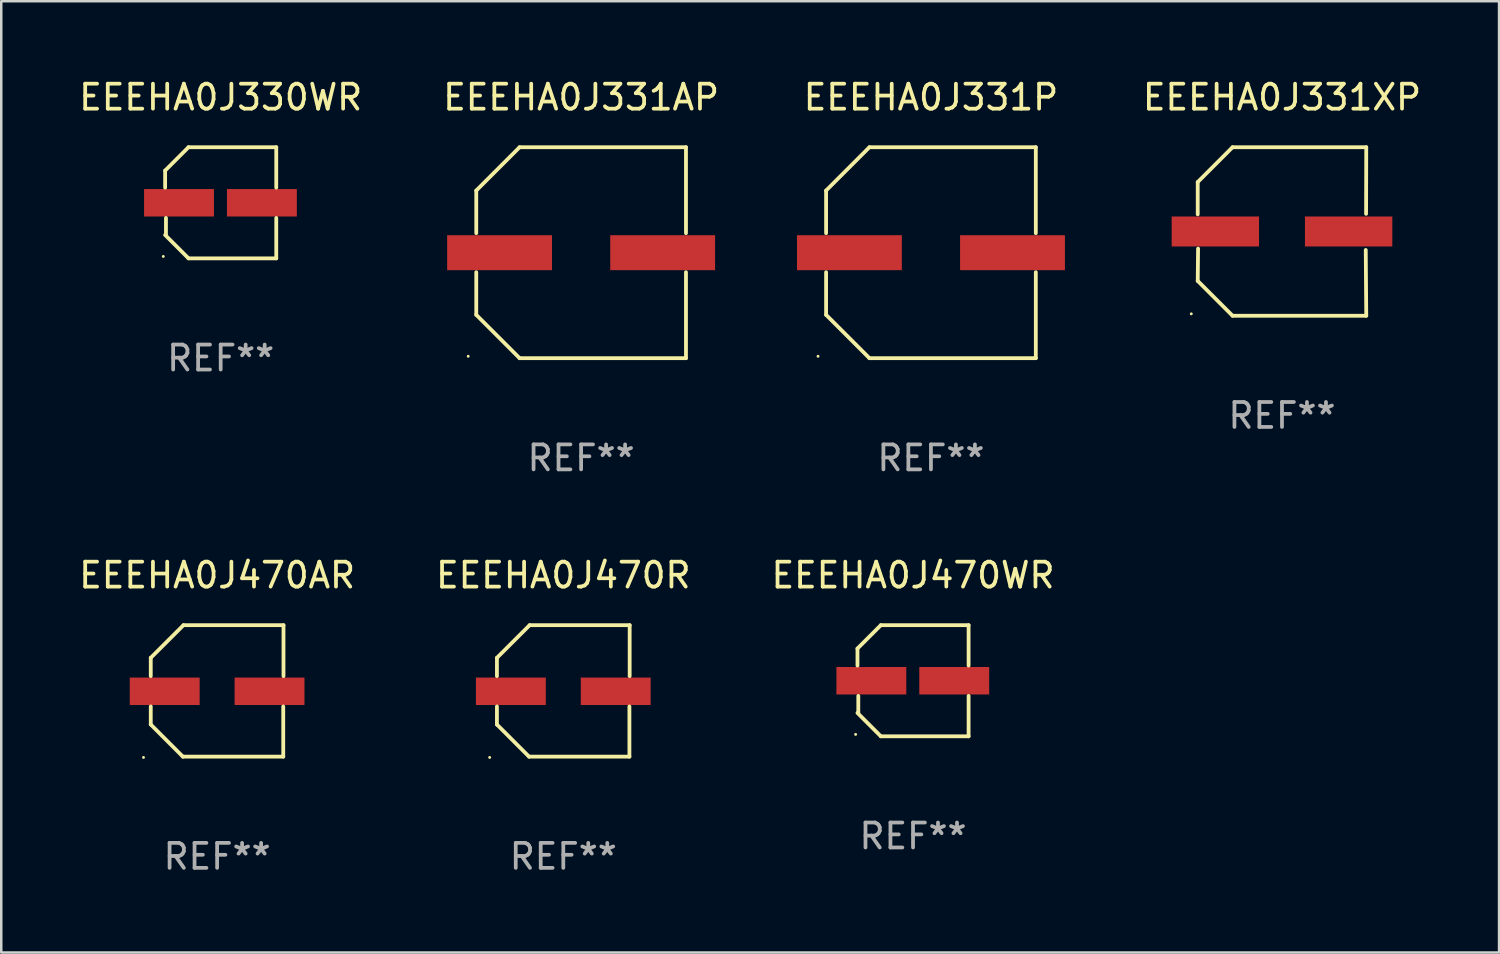
<source format=kicad_pcb>
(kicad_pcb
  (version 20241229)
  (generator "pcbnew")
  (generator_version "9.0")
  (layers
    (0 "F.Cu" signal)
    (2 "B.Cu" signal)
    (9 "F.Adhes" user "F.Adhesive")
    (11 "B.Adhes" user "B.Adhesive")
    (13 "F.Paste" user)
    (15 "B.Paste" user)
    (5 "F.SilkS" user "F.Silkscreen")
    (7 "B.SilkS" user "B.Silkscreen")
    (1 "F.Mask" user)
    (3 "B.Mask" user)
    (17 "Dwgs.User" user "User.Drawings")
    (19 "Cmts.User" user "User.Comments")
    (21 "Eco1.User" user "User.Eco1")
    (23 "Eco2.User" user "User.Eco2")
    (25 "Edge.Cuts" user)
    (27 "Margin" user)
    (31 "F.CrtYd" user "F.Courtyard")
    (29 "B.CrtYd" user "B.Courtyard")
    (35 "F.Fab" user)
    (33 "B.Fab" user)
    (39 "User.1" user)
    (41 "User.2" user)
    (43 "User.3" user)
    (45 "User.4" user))
  (footprint "EEEHA0J470R"
    (layer "F.Cu")
    (at 19.518 24.631)
    (property "Reference" "EEEHA0J470R" (at 0 -4.634 0) (layer "F.SilkS") (effects (font (size 1 1) (thickness 0.15))))
    (attr through_hole)
    (fp_line (start -2.659 -1.326) (end -2.659 -0.592) (stroke (width 0.152) (type solid)) (layer "F.SilkS"))
    (fp_line (start -2.659 1.346) (end -2.659 0.622) (stroke (width 0.152) (type solid)) (layer "F.SilkS"))
    (fp_line (start -1.372 2.634) (end -2.659 1.346) (stroke (width 0.152) (type solid)) (layer "F.SilkS"))
    (fp_line (start -1.349 -2.634) (end -2.659 -1.326) (stroke (width 0.152) (type solid)) (layer "F.SilkS"))
    (fp_line (start 2.649 0.622) (end 2.649 2.634) (stroke (width 0.152) (type solid)) (layer "F.SilkS"))
    (fp_line (start 2.649 2.634) (end -1.372 2.634) (stroke (width 0.152) (type solid)) (layer "F.SilkS"))
    (fp_line (start 2.659 -2.634) (end -1.349 -2.634) (stroke (width 0.152) (type solid)) (layer "F.SilkS"))
    (fp_line (start 2.659 -0.592) (end 2.659 -2.634) (stroke (width 0.152) (type solid)) (layer "F.SilkS"))
    (fp_circle (center -2.95 2.665) (end -2.92 2.665) (stroke (width 0.06) (type solid)) (fill no) (layer "F.SilkS"))
    (fp_text user "REF**" (at 0 6.634 0) (layer "F.Fab") (effects (font (size 1 1) (thickness 0.15))))
    (pad "1" smd rect (at -2.1 0.015) (size 2.8 1.1) (layers "F.Cu" "F.Mask" "F.Paste"))
    (pad "2" smd rect (at 2.1 0.015) (size 2.8 1.1) (layers "F.Cu" "F.Mask" "F.Paste")))
  (footprint "EEEHA0J331P"
    (layer "F.Cu")
    (at 34.248 7.074)
    (property "Reference" "EEEHA0J331P" (at 0 -6.226 0) (layer "F.SilkS") (effects (font (size 1 1) (thickness 0.15))))
    (attr through_hole)
    (fp_line (start -4.201 -2.49) (end -4.201 -0.782) (stroke (width 0.152) (type solid)) (layer "F.SilkS"))
    (fp_line (start -4.201 2.49) (end -4.201 0.782) (stroke (width 0.152) (type solid)) (layer "F.SilkS"))
    (fp_line (start -2.465 -4.226) (end -4.201 -2.49) (stroke (width 0.152) (type solid)) (layer "F.SilkS"))
    (fp_line (start -2.465 4.226) (end -4.201 2.49) (stroke (width 0.152) (type solid)) (layer "F.SilkS"))
    (fp_line (start 4.201 -4.226) (end -2.465 -4.226) (stroke (width 0.152) (type solid)) (layer "F.SilkS"))
    (fp_line (start 4.201 -0.782) (end 4.201 -4.226) (stroke (width 0.152) (type solid)) (layer "F.SilkS"))
    (fp_line (start 4.201 0.782) (end 4.201 4.226) (stroke (width 0.152) (type solid)) (layer "F.SilkS"))
    (fp_line (start 4.201 4.226) (end -2.465 4.226) (stroke (width 0.152) (type solid)) (layer "F.SilkS"))
    (fp_circle (center -4.524 4.15) (end -4.494 4.15) (stroke (width 0.06) (type solid)) (fill no) (layer "F.SilkS"))
    (fp_text user "REF**" (at 0 8.226 0) (layer "F.Fab") (effects (font (size 1 1) (thickness 0.15))))
    (pad "1" smd rect (at -3.267 0) (size 4.2 1.4) (layers "F.Cu" "F.Mask" "F.Paste"))
    (pad "2" smd rect (at 3.267 0) (size 4.2 1.4) (layers "F.Cu" "F.Mask" "F.Paste")))
  (footprint "EEEHA0J331XP"
    (layer "F.Cu")
    (at 48.312 6.224)
    (property "Reference" "EEEHA0J331XP" (at 0 -5.376 0) (layer "F.SilkS") (effects (font (size 1 1) (thickness 0.15))))
    (attr through_hole)
    (fp_line (start -3.376 -1.98) (end -3.376 -0.686) (stroke (width 0.152) (type solid)) (layer "F.SilkS"))
    (fp_line (start -3.376 1.981) (end -3.362 0.686) (stroke (width 0.152) (type solid)) (layer "F.SilkS"))
    (fp_line (start -1.981 3.376) (end -3.376 1.981) (stroke (width 0.152) (type solid)) (layer "F.SilkS"))
    (fp_line (start -1.98 -3.376) (end -3.376 -1.98) (stroke (width 0.152) (type solid)) (layer "F.SilkS"))
    (fp_line (start 3.356 0.74) (end 3.376 3.376) (stroke (width 0.152) (type solid)) (layer "F.SilkS"))
    (fp_line (start 3.369 -0.707) (end 3.376 -3.376) (stroke (width 0.152) (type solid)) (layer "F.SilkS"))
    (fp_line (start 3.376 3.376) (end -1.981 3.376) (stroke (width 0.152) (type solid)) (layer "F.SilkS"))
    (fp_line (start 3.376 -3.376) (end -1.98 -3.376) (stroke (width 0.152) (type solid)) (layer "F.SilkS"))
    (fp_circle (center -3.634 3.3) (end -3.604 3.3) (stroke (width 0.06) (type solid)) (fill no) (layer "F.SilkS"))
    (fp_text user "REF**" (at 0 7.376 0) (layer "F.Fab") (effects (font (size 1 1) (thickness 0.15))))
    (pad "1" smd rect (at -2.67 0.000254) (size 3.5 1.2) (layers "F.Cu" "F.Mask" "F.Paste"))
    (pad "2" smd rect (at 2.67 0.000254) (size 3.5 1.2) (layers "F.Cu" "F.Mask" "F.Paste")))
  (footprint "EEEHA0J331AP"
    (layer "F.Cu")
    (at 20.232 7.074)
    (property "Reference" "EEEHA0J331AP" (at 0 -6.226 0) (layer "F.SilkS") (effects (font (size 1 1) (thickness 0.15))))
    (attr through_hole)
    (fp_line (start -4.201 -2.49) (end -4.201 -0.782) (stroke (width 0.152) (type solid)) (layer "F.SilkS"))
    (fp_line (start -4.201 2.49) (end -4.201 0.782) (stroke (width 0.152) (type solid)) (layer "F.SilkS"))
    (fp_line (start -2.465 -4.226) (end -4.201 -2.49) (stroke (width 0.152) (type solid)) (layer "F.SilkS"))
    (fp_line (start -2.465 4.226) (end -4.201 2.49) (stroke (width 0.152) (type solid)) (layer "F.SilkS"))
    (fp_line (start 4.201 -4.226) (end -2.465 -4.226) (stroke (width 0.152) (type solid)) (layer "F.SilkS"))
    (fp_line (start 4.201 -0.782) (end 4.201 -4.226) (stroke (width 0.152) (type solid)) (layer "F.SilkS"))
    (fp_line (start 4.201 0.782) (end 4.201 4.226) (stroke (width 0.152) (type solid)) (layer "F.SilkS"))
    (fp_line (start 4.201 4.226) (end -2.465 4.226) (stroke (width 0.152) (type solid)) (layer "F.SilkS"))
    (fp_circle (center -4.524 4.15) (end -4.494 4.15) (stroke (width 0.06) (type solid)) (fill no) (layer "F.SilkS"))
    (fp_text user "REF**" (at 0 8.226 0) (layer "F.Fab") (effects (font (size 1 1) (thickness 0.15))))
    (pad "1" smd rect (at -3.267 0) (size 4.2 1.4) (layers "F.Cu" "F.Mask" "F.Paste"))
    (pad "2" smd rect (at 3.267 0) (size 4.2 1.4) (layers "F.Cu" "F.Mask" "F.Paste")))
  (footprint "EEEHA0J330WR"
    (layer "F.Cu")
    (at 5.792 5.074)
    (property "Reference" "EEEHA0J330WR" (at 0 -4.226 0) (layer "F.SilkS") (effects (font (size 1 1) (thickness 0.15))))
    (attr through_hole)
    (fp_line (start -2.226 -1.29) (end -2.226 -0.607) (stroke (width 0.152) (type solid)) (layer "F.SilkS"))
    (fp_line (start -2.193 1.29) (end -2.193 0.607) (stroke (width 0.152) (type solid)) (layer "F.SilkS"))
    (fp_line (start -1.29 2.226) (end -2.226 1.29) (stroke (width 0.152) (type solid)) (layer "F.SilkS"))
    (fp_line (start -1.29 -2.226) (end -2.226 -1.29) (stroke (width 0.152) (type solid)) (layer "F.SilkS"))
    (fp_line (start 2.226 -2.226) (end -1.29 -2.226) (stroke (width 0.152) (type solid)) (layer "F.SilkS"))
    (fp_line (start 2.226 -0.607) (end 2.226 -2.226) (stroke (width 0.152) (type solid)) (layer "F.SilkS"))
    (fp_line (start 2.226 0.607) (end 2.226 2.226) (stroke (width 0.152) (type solid)) (layer "F.SilkS"))
    (fp_line (start 2.226 2.226) (end -1.29 2.226) (stroke (width 0.152) (type solid)) (layer "F.SilkS"))
    (fp_circle (center -2.3 2.15) (end -2.27 2.15) (stroke (width 0.06) (type solid)) (fill no) (layer "F.SilkS"))
    (fp_text user "REF**" (at 0 6.226 0) (layer "F.Fab") (effects (font (size 1 1) (thickness 0.15))))
    (pad "1" smd rect (at -1.67 -0.000025) (size 2.8 1.1) (layers "F.Cu" "F.Mask" "F.Paste"))
    (pad "2" smd rect (at 1.651 -0.000025) (size 2.8 1.1) (layers "F.Cu" "F.Mask" "F.Paste")))
  (footprint "EEEHA0J470WR"
    (layer "F.Cu")
    (at 33.53 24.223)
    (property "Reference" "EEEHA0J470WR" (at 0 -4.226 0) (layer "F.SilkS") (effects (font (size 1 1) (thickness 0.15))))
    (attr through_hole)
    (fp_line (start -2.226 -1.29) (end -2.226 -0.607) (stroke (width 0.152) (type solid)) (layer "F.SilkS"))
    (fp_line (start -2.193 1.29) (end -2.193 0.607) (stroke (width 0.152) (type solid)) (layer "F.SilkS"))
    (fp_line (start -1.29 2.226) (end -2.226 1.29) (stroke (width 0.152) (type solid)) (layer "F.SilkS"))
    (fp_line (start -1.29 -2.226) (end -2.226 -1.29) (stroke (width 0.152) (type solid)) (layer "F.SilkS"))
    (fp_line (start 2.226 -2.226) (end -1.29 -2.226) (stroke (width 0.152) (type solid)) (layer "F.SilkS"))
    (fp_line (start 2.226 -0.607) (end 2.226 -2.226) (stroke (width 0.152) (type solid)) (layer "F.SilkS"))
    (fp_line (start 2.226 0.607) (end 2.226 2.226) (stroke (width 0.152) (type solid)) (layer "F.SilkS"))
    (fp_line (start 2.226 2.226) (end -1.29 2.226) (stroke (width 0.152) (type solid)) (layer "F.SilkS"))
    (fp_circle (center -2.3 2.15) (end -2.27 2.15) (stroke (width 0.06) (type solid)) (fill no) (layer "F.SilkS"))
    (fp_text user "REF**" (at 0 6.226 0) (layer "F.Fab") (effects (font (size 1 1) (thickness 0.15))))
    (pad "1" smd rect (at -1.67 -0.000025) (size 2.8 1.1) (layers "F.Cu" "F.Mask" "F.Paste"))
    (pad "2" smd rect (at 1.651 -0.000025) (size 2.8 1.1) (layers "F.Cu" "F.Mask" "F.Paste")))
  (footprint "EEEHA0J470AR"
    (layer "F.Cu")
    (at 5.649 24.631)
    (property "Reference" "EEEHA0J470AR" (at 0 -4.634 0) (layer "F.SilkS") (effects (font (size 1 1) (thickness 0.15))))
    (attr through_hole)
    (fp_line (start -2.659 -1.326) (end -2.659 -0.592) (stroke (width 0.152) (type solid)) (layer "F.SilkS"))
    (fp_line (start -2.659 1.346) (end -2.659 0.622) (stroke (width 0.152) (type solid)) (layer "F.SilkS"))
    (fp_line (start -1.372 2.634) (end -2.659 1.346) (stroke (width 0.152) (type solid)) (layer "F.SilkS"))
    (fp_line (start -1.349 -2.634) (end -2.659 -1.326) (stroke (width 0.152) (type solid)) (layer "F.SilkS"))
    (fp_line (start 2.649 0.622) (end 2.649 2.634) (stroke (width 0.152) (type solid)) (layer "F.SilkS"))
    (fp_line (start 2.649 2.634) (end -1.372 2.634) (stroke (width 0.152) (type solid)) (layer "F.SilkS"))
    (fp_line (start 2.659 -2.634) (end -1.349 -2.634) (stroke (width 0.152) (type solid)) (layer "F.SilkS"))
    (fp_line (start 2.659 -0.592) (end 2.659 -2.634) (stroke (width 0.152) (type solid)) (layer "F.SilkS"))
    (fp_circle (center -2.95 2.665) (end -2.92 2.665) (stroke (width 0.06) (type solid)) (fill no) (layer "F.SilkS"))
    (fp_text user "REF**" (at 0 6.634 0) (layer "F.Fab") (effects (font (size 1 1) (thickness 0.15))))
    (pad "1" smd rect (at -2.1 0.015) (size 2.8 1.1) (layers "F.Cu" "F.Mask" "F.Paste"))
    (pad "2" smd rect (at 2.1 0.015) (size 2.8 1.1) (layers "F.Cu" "F.Mask" "F.Paste")))
  (gr_rect
    (start -3 -3)
    (end 57.008 35.113)
    (stroke (width 0.1) (type default))
    (fill no)
    (layer "Edge.Cuts")))
</source>
